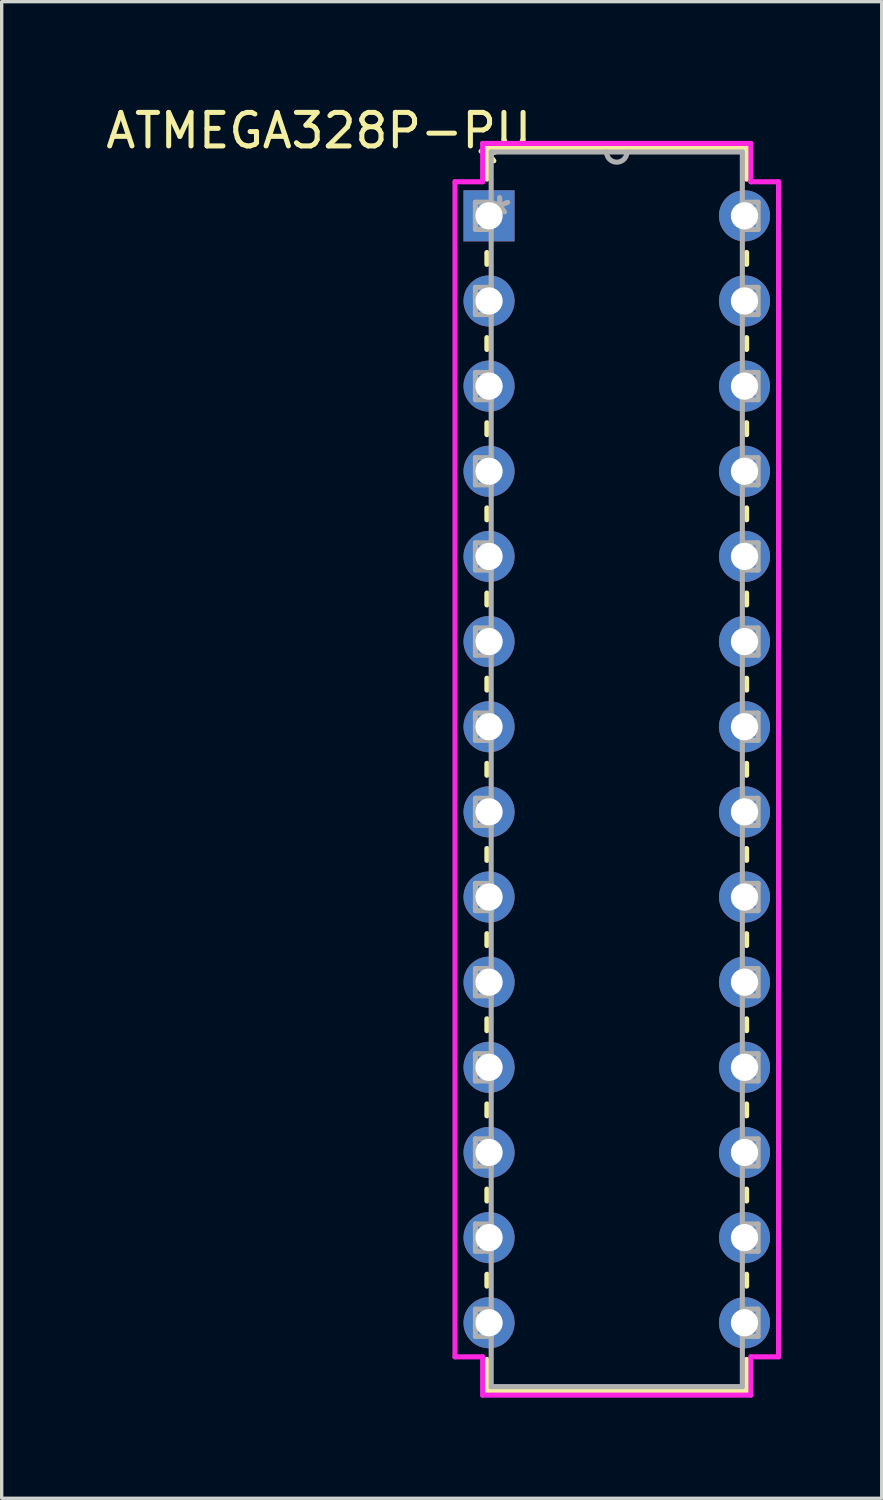
<source format=kicad_pcb>
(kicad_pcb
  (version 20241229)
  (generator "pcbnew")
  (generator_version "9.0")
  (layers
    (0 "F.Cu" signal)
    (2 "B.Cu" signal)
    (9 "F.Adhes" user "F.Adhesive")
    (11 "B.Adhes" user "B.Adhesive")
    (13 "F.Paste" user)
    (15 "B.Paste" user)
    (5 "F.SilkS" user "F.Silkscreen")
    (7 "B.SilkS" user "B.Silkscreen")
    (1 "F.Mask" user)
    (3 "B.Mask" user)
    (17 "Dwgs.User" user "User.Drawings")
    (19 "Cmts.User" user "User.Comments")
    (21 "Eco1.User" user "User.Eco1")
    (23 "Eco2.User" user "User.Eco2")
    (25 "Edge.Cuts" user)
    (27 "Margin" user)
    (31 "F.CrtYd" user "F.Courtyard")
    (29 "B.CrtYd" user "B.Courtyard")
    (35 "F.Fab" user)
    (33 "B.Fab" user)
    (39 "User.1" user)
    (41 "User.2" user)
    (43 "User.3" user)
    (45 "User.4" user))
  (footprint "ATMEGA328P-PU"
    (layer "F.Cu")
    (at 11.538 3.388)
    (property "Reference" "ATMEGA328P-PU" (at -5.08 -2.54 0) (layer "F.SilkS") (effects (font (size 1 1) (thickness 0.15))))
    (attr through_hole)
    (fp_line (start -0.064 -2.032) (end -0.064 -1.095) (stroke (width 0.152) (type solid)) (layer "F.SilkS"))
    (fp_line (start -0.064 1.095) (end -0.064 1.447) (stroke (width 0.152) (type solid)) (layer "F.SilkS"))
    (fp_line (start -0.064 3.633) (end -0.064 3.987) (stroke (width 0.152) (type solid)) (layer "F.SilkS"))
    (fp_line (start -0.064 6.173) (end -0.064 6.527) (stroke (width 0.152) (type solid)) (layer "F.SilkS"))
    (fp_line (start -0.064 8.713) (end -0.064 9.067) (stroke (width 0.152) (type solid)) (layer "F.SilkS"))
    (fp_line (start -0.064 11.253) (end -0.064 11.607) (stroke (width 0.152) (type solid)) (layer "F.SilkS"))
    (fp_line (start -0.064 13.793) (end -0.064 14.147) (stroke (width 0.152) (type solid)) (layer "F.SilkS"))
    (fp_line (start -0.064 16.333) (end -0.064 16.687) (stroke (width 0.152) (type solid)) (layer "F.SilkS"))
    (fp_line (start -0.064 18.873) (end -0.064 19.227) (stroke (width 0.152) (type solid)) (layer "F.SilkS"))
    (fp_line (start -0.064 21.413) (end -0.064 21.767) (stroke (width 0.152) (type solid)) (layer "F.SilkS"))
    (fp_line (start -0.064 23.953) (end -0.064 24.307) (stroke (width 0.152) (type solid)) (layer "F.SilkS"))
    (fp_line (start -0.064 26.493) (end -0.064 26.847) (stroke (width 0.152) (type solid)) (layer "F.SilkS"))
    (fp_line (start -0.064 29.033) (end -0.064 29.387) (stroke (width 0.152) (type solid)) (layer "F.SilkS"))
    (fp_line (start -0.064 31.573) (end -0.064 31.927) (stroke (width 0.152) (type solid)) (layer "F.SilkS"))
    (fp_line (start -0.064 34.113) (end -0.064 35.052) (stroke (width 0.152) (type solid)) (layer "F.SilkS"))
    (fp_line (start -0.064 35.052) (end 7.684 35.052) (stroke (width 0.152) (type solid)) (layer "F.SilkS"))
    (fp_line (start 7.684 -2.032) (end -0.064 -2.032) (stroke (width 0.152) (type solid)) (layer "F.SilkS"))
    (fp_line (start 7.684 -1.093) (end 7.684 -2.032) (stroke (width 0.152) (type solid)) (layer "F.SilkS"))
    (fp_line (start 7.684 1.447) (end 7.684 1.093) (stroke (width 0.152) (type solid)) (layer "F.SilkS"))
    (fp_line (start 7.684 3.987) (end 7.684 3.633) (stroke (width 0.152) (type solid)) (layer "F.SilkS"))
    (fp_line (start 7.684 6.527) (end 7.684 6.173) (stroke (width 0.152) (type solid)) (layer "F.SilkS"))
    (fp_line (start 7.684 9.067) (end 7.684 8.713) (stroke (width 0.152) (type solid)) (layer "F.SilkS"))
    (fp_line (start 7.684 11.607) (end 7.684 11.253) (stroke (width 0.152) (type solid)) (layer "F.SilkS"))
    (fp_line (start 7.684 14.147) (end 7.684 13.793) (stroke (width 0.152) (type solid)) (layer "F.SilkS"))
    (fp_line (start 7.684 16.687) (end 7.684 16.333) (stroke (width 0.152) (type solid)) (layer "F.SilkS"))
    (fp_line (start 7.684 19.227) (end 7.684 18.873) (stroke (width 0.152) (type solid)) (layer "F.SilkS"))
    (fp_line (start 7.684 21.767) (end 7.684 21.413) (stroke (width 0.152) (type solid)) (layer "F.SilkS"))
    (fp_line (start 7.684 24.307) (end 7.684 23.953) (stroke (width 0.152) (type solid)) (layer "F.SilkS"))
    (fp_line (start 7.684 26.847) (end 7.684 26.493) (stroke (width 0.152) (type solid)) (layer "F.SilkS"))
    (fp_line (start 7.684 29.387) (end 7.684 29.033) (stroke (width 0.152) (type solid)) (layer "F.SilkS"))
    (fp_line (start 7.684 31.927) (end 7.684 31.573) (stroke (width 0.152) (type solid)) (layer "F.SilkS"))
    (fp_line (start 7.684 35.052) (end 7.684 34.113) (stroke (width 0.152) (type solid)) (layer "F.SilkS"))
    (fp_line (start -1.016 -1.016) (end -0.191 -1.016) (stroke (width 0.152) (type solid)) (layer "F.CrtYd"))
    (fp_line (start -1.016 34.036) (end -1.016 -1.016) (stroke (width 0.152) (type solid)) (layer "F.CrtYd"))
    (fp_line (start -0.191 -2.159) (end 7.811 -2.159) (stroke (width 0.152) (type solid)) (layer "F.CrtYd"))
    (fp_line (start -0.191 -1.016) (end -0.191 -2.159) (stroke (width 0.152) (type solid)) (layer "F.CrtYd"))
    (fp_line (start -0.191 34.036) (end -1.016 34.036) (stroke (width 0.152) (type solid)) (layer "F.CrtYd"))
    (fp_line (start -0.191 35.179) (end -0.191 34.036) (stroke (width 0.152) (type solid)) (layer "F.CrtYd"))
    (fp_line (start 7.811 -2.159) (end 7.811 -1.016) (stroke (width 0.152) (type solid)) (layer "F.CrtYd"))
    (fp_line (start 7.811 34.036) (end 7.811 35.179) (stroke (width 0.152) (type solid)) (layer "F.CrtYd"))
    (fp_line (start 7.811 35.179) (end -0.191 35.179) (stroke (width 0.152) (type solid)) (layer "F.CrtYd"))
    (fp_line (start 8.636 -1.016) (end 7.811 -1.016) (stroke (width 0.152) (type solid)) (layer "F.CrtYd"))
    (fp_line (start 8.636 -1.016) (end 8.636 34.036) (stroke (width 0.152) (type solid)) (layer "F.CrtYd"))
    (fp_line (start 8.636 34.036) (end 7.811 34.036) (stroke (width 0.152) (type solid)) (layer "F.CrtYd"))
    (fp_line (start -0.406 -0.406) (end -0.406 0.406) (stroke (width 0.152) (type solid)) (layer "F.Fab"))
    (fp_line (start -0.406 0.406) (end 0.064 0.406) (stroke (width 0.152) (type solid)) (layer "F.Fab"))
    (fp_line (start -0.406 2.134) (end -0.406 2.946) (stroke (width 0.152) (type solid)) (layer "F.Fab"))
    (fp_line (start -0.406 2.946) (end 0.064 2.946) (stroke (width 0.152) (type solid)) (layer "F.Fab"))
    (fp_line (start -0.406 4.674) (end -0.406 5.486) (stroke (width 0.152) (type solid)) (layer "F.Fab"))
    (fp_line (start -0.406 5.486) (end 0.064 5.486) (stroke (width 0.152) (type solid)) (layer "F.Fab"))
    (fp_line (start -0.406 7.214) (end -0.406 8.026) (stroke (width 0.152) (type solid)) (layer "F.Fab"))
    (fp_line (start -0.406 8.026) (end 0.064 8.026) (stroke (width 0.152) (type solid)) (layer "F.Fab"))
    (fp_line (start -0.406 9.754) (end -0.406 10.566) (stroke (width 0.152) (type solid)) (layer "F.Fab"))
    (fp_line (start -0.406 10.566) (end 0.064 10.566) (stroke (width 0.152) (type solid)) (layer "F.Fab"))
    (fp_line (start -0.406 12.294) (end -0.406 13.106) (stroke (width 0.152) (type solid)) (layer "F.Fab"))
    (fp_line (start -0.406 13.106) (end 0.064 13.106) (stroke (width 0.152) (type solid)) (layer "F.Fab"))
    (fp_line (start -0.406 14.834) (end -0.406 15.646) (stroke (width 0.152) (type solid)) (layer "F.Fab"))
    (fp_line (start -0.406 15.646) (end 0.064 15.646) (stroke (width 0.152) (type solid)) (layer "F.Fab"))
    (fp_line (start -0.406 17.374) (end -0.406 18.186) (stroke (width 0.152) (type solid)) (layer "F.Fab"))
    (fp_line (start -0.406 18.186) (end 0.064 18.186) (stroke (width 0.152) (type solid)) (layer "F.Fab"))
    (fp_line (start -0.406 19.914) (end -0.406 20.726) (stroke (width 0.152) (type solid)) (layer "F.Fab"))
    (fp_line (start -0.406 20.726) (end 0.064 20.726) (stroke (width 0.152) (type solid)) (layer "F.Fab"))
    (fp_line (start -0.406 22.454) (end -0.406 23.266) (stroke (width 0.152) (type solid)) (layer "F.Fab"))
    (fp_line (start -0.406 23.266) (end 0.064 23.266) (stroke (width 0.152) (type solid)) (layer "F.Fab"))
    (fp_line (start -0.406 24.994) (end -0.406 25.806) (stroke (width 0.152) (type solid)) (layer "F.Fab"))
    (fp_line (start -0.406 25.806) (end 0.064 25.806) (stroke (width 0.152) (type solid)) (layer "F.Fab"))
    (fp_line (start -0.406 27.534) (end -0.406 28.346) (stroke (width 0.152) (type solid)) (layer "F.Fab"))
    (fp_line (start -0.406 28.346) (end 0.064 28.346) (stroke (width 0.152) (type solid)) (layer "F.Fab"))
    (fp_line (start -0.406 30.074) (end -0.406 30.886) (stroke (width 0.152) (type solid)) (layer "F.Fab"))
    (fp_line (start -0.406 30.886) (end 0.064 30.886) (stroke (width 0.152) (type solid)) (layer "F.Fab"))
    (fp_line (start -0.406 32.614) (end -0.406 33.426) (stroke (width 0.152) (type solid)) (layer "F.Fab"))
    (fp_line (start -0.406 33.426) (end 0.064 33.426) (stroke (width 0.152) (type solid)) (layer "F.Fab"))
    (fp_line (start 0.064 -1.905) (end 0.064 34.925) (stroke (width 0.152) (type solid)) (layer "F.Fab"))
    (fp_line (start 0.064 -0.406) (end -0.406 -0.406) (stroke (width 0.152) (type solid)) (layer "F.Fab"))
    (fp_line (start 0.064 0.406) (end 0.064 -0.406) (stroke (width 0.152) (type solid)) (layer "F.Fab"))
    (fp_line (start 0.064 2.134) (end -0.406 2.134) (stroke (width 0.152) (type solid)) (layer "F.Fab"))
    (fp_line (start 0.064 2.946) (end 0.064 2.134) (stroke (width 0.152) (type solid)) (layer "F.Fab"))
    (fp_line (start 0.064 4.674) (end -0.406 4.674) (stroke (width 0.152) (type solid)) (layer "F.Fab"))
    (fp_line (start 0.064 5.486) (end 0.064 4.674) (stroke (width 0.152) (type solid)) (layer "F.Fab"))
    (fp_line (start 0.064 7.214) (end -0.406 7.214) (stroke (width 0.152) (type solid)) (layer "F.Fab"))
    (fp_line (start 0.064 8.026) (end 0.064 7.214) (stroke (width 0.152) (type solid)) (layer "F.Fab"))
    (fp_line (start 0.064 9.754) (end -0.406 9.754) (stroke (width 0.152) (type solid)) (layer "F.Fab"))
    (fp_line (start 0.064 10.566) (end 0.064 9.754) (stroke (width 0.152) (type solid)) (layer "F.Fab"))
    (fp_line (start 0.064 12.294) (end -0.406 12.294) (stroke (width 0.152) (type solid)) (layer "F.Fab"))
    (fp_line (start 0.064 13.106) (end 0.064 12.294) (stroke (width 0.152) (type solid)) (layer "F.Fab"))
    (fp_line (start 0.064 14.834) (end -0.406 14.834) (stroke (width 0.152) (type solid)) (layer "F.Fab"))
    (fp_line (start 0.064 15.646) (end 0.064 14.834) (stroke (width 0.152) (type solid)) (layer "F.Fab"))
    (fp_line (start 0.064 17.374) (end -0.406 17.374) (stroke (width 0.152) (type solid)) (layer "F.Fab"))
    (fp_line (start 0.064 18.186) (end 0.064 17.374) (stroke (width 0.152) (type solid)) (layer "F.Fab"))
    (fp_line (start 0.064 19.914) (end -0.406 19.914) (stroke (width 0.152) (type solid)) (layer "F.Fab"))
    (fp_line (start 0.064 20.726) (end 0.064 19.914) (stroke (width 0.152) (type solid)) (layer "F.Fab"))
    (fp_line (start 0.064 22.454) (end -0.406 22.454) (stroke (width 0.152) (type solid)) (layer "F.Fab"))
    (fp_line (start 0.064 23.266) (end 0.064 22.454) (stroke (width 0.152) (type solid)) (layer "F.Fab"))
    (fp_line (start 0.064 24.994) (end -0.406 24.994) (stroke (width 0.152) (type solid)) (layer "F.Fab"))
    (fp_line (start 0.064 25.806) (end 0.064 24.994) (stroke (width 0.152) (type solid)) (layer "F.Fab"))
    (fp_line (start 0.064 27.534) (end -0.406 27.534) (stroke (width 0.152) (type solid)) (layer "F.Fab"))
    (fp_line (start 0.064 28.346) (end 0.064 27.534) (stroke (width 0.152) (type solid)) (layer "F.Fab"))
    (fp_line (start 0.064 30.074) (end -0.406 30.074) (stroke (width 0.152) (type solid)) (layer "F.Fab"))
    (fp_line (start 0.064 30.886) (end 0.064 30.074) (stroke (width 0.152) (type solid)) (layer "F.Fab"))
    (fp_line (start 0.064 32.614) (end -0.406 32.614) (stroke (width 0.152) (type solid)) (layer "F.Fab"))
    (fp_line (start 0.064 33.426) (end 0.064 32.614) (stroke (width 0.152) (type solid)) (layer "F.Fab"))
    (fp_line (start 0.064 34.925) (end 7.556 34.925) (stroke (width 0.152) (type solid)) (layer "F.Fab"))
    (fp_line (start 7.556 -1.905) (end 0.064 -1.905) (stroke (width 0.152) (type solid)) (layer "F.Fab"))
    (fp_line (start 7.556 -0.406) (end 7.556 0.406) (stroke (width 0.152) (type solid)) (layer "F.Fab"))
    (fp_line (start 7.556 0.406) (end 8.026 0.406) (stroke (width 0.152) (type solid)) (layer "F.Fab"))
    (fp_line (start 7.556 2.134) (end 7.556 2.946) (stroke (width 0.152) (type solid)) (layer "F.Fab"))
    (fp_line (start 7.556 2.946) (end 8.026 2.946) (stroke (width 0.152) (type solid)) (layer "F.Fab"))
    (fp_line (start 7.556 4.674) (end 7.556 5.486) (stroke (width 0.152) (type solid)) (layer "F.Fab"))
    (fp_line (start 7.556 5.486) (end 8.026 5.486) (stroke (width 0.152) (type solid)) (layer "F.Fab"))
    (fp_line (start 7.556 7.214) (end 7.556 8.026) (stroke (width 0.152) (type solid)) (layer "F.Fab"))
    (fp_line (start 7.556 8.026) (end 8.026 8.026) (stroke (width 0.152) (type solid)) (layer "F.Fab"))
    (fp_line (start 7.556 9.754) (end 7.556 10.566) (stroke (width 0.152) (type solid)) (layer "F.Fab"))
    (fp_line (start 7.556 10.566) (end 8.026 10.566) (stroke (width 0.152) (type solid)) (layer "F.Fab"))
    (fp_line (start 7.556 12.294) (end 7.556 13.106) (stroke (width 0.152) (type solid)) (layer "F.Fab"))
    (fp_line (start 7.556 13.106) (end 8.026 13.106) (stroke (width 0.152) (type solid)) (layer "F.Fab"))
    (fp_line (start 7.556 14.834) (end 7.556 15.646) (stroke (width 0.152) (type solid)) (layer "F.Fab"))
    (fp_line (start 7.556 15.646) (end 8.026 15.646) (stroke (width 0.152) (type solid)) (layer "F.Fab"))
    (fp_line (start 7.556 17.374) (end 7.556 18.186) (stroke (width 0.152) (type solid)) (layer "F.Fab"))
    (fp_line (start 7.556 18.186) (end 8.026 18.186) (stroke (width 0.152) (type solid)) (layer "F.Fab"))
    (fp_line (start 7.556 19.914) (end 7.556 20.726) (stroke (width 0.152) (type solid)) (layer "F.Fab"))
    (fp_line (start 7.556 20.726) (end 8.026 20.726) (stroke (width 0.152) (type solid)) (layer "F.Fab"))
    (fp_line (start 7.556 22.454) (end 7.556 23.266) (stroke (width 0.152) (type solid)) (layer "F.Fab"))
    (fp_line (start 7.556 23.266) (end 8.026 23.266) (stroke (width 0.152) (type solid)) (layer "F.Fab"))
    (fp_line (start 7.556 24.994) (end 7.556 25.806) (stroke (width 0.152) (type solid)) (layer "F.Fab"))
    (fp_line (start 7.556 25.806) (end 8.026 25.806) (stroke (width 0.152) (type solid)) (layer "F.Fab"))
    (fp_line (start 7.556 27.534) (end 7.556 28.346) (stroke (width 0.152) (type solid)) (layer "F.Fab"))
    (fp_line (start 7.556 28.346) (end 8.026 28.346) (stroke (width 0.152) (type solid)) (layer "F.Fab"))
    (fp_line (start 7.556 30.074) (end 7.556 30.886) (stroke (width 0.152) (type solid)) (layer "F.Fab"))
    (fp_line (start 7.556 30.886) (end 8.026 30.886) (stroke (width 0.152) (type solid)) (layer "F.Fab"))
    (fp_line (start 7.556 32.614) (end 7.556 33.426) (stroke (width 0.152) (type solid)) (layer "F.Fab"))
    (fp_line (start 7.556 33.426) (end 8.026 33.426) (stroke (width 0.152) (type solid)) (layer "F.Fab"))
    (fp_line (start 7.556 34.925) (end 7.556 -1.905) (stroke (width 0.152) (type solid)) (layer "F.Fab"))
    (fp_line (start 8.026 -0.406) (end 7.556 -0.406) (stroke (width 0.152) (type solid)) (layer "F.Fab"))
    (fp_line (start 8.026 0.406) (end 8.026 -0.406) (stroke (width 0.152) (type solid)) (layer "F.Fab"))
    (fp_line (start 8.026 2.134) (end 7.556 2.134) (stroke (width 0.152) (type solid)) (layer "F.Fab"))
    (fp_line (start 8.026 2.946) (end 8.026 2.134) (stroke (width 0.152) (type solid)) (layer "F.Fab"))
    (fp_line (start 8.026 4.674) (end 7.556 4.674) (stroke (width 0.152) (type solid)) (layer "F.Fab"))
    (fp_line (start 8.026 5.486) (end 8.026 4.674) (stroke (width 0.152) (type solid)) (layer "F.Fab"))
    (fp_line (start 8.026 7.214) (end 7.556 7.214) (stroke (width 0.152) (type solid)) (layer "F.Fab"))
    (fp_line (start 8.026 8.026) (end 8.026 7.214) (stroke (width 0.152) (type solid)) (layer "F.Fab"))
    (fp_line (start 8.026 9.754) (end 7.556 9.754) (stroke (width 0.152) (type solid)) (layer "F.Fab"))
    (fp_line (start 8.026 10.566) (end 8.026 9.754) (stroke (width 0.152) (type solid)) (layer "F.Fab"))
    (fp_line (start 8.026 12.294) (end 7.556 12.294) (stroke (width 0.152) (type solid)) (layer "F.Fab"))
    (fp_line (start 8.026 13.106) (end 8.026 12.294) (stroke (width 0.152) (type solid)) (layer "F.Fab"))
    (fp_line (start 8.026 14.834) (end 7.556 14.834) (stroke (width 0.152) (type solid)) (layer "F.Fab"))
    (fp_line (start 8.026 15.646) (end 8.026 14.834) (stroke (width 0.152) (type solid)) (layer "F.Fab"))
    (fp_line (start 8.026 17.374) (end 7.556 17.374) (stroke (width 0.152) (type solid)) (layer "F.Fab"))
    (fp_line (start 8.026 18.186) (end 8.026 17.374) (stroke (width 0.152) (type solid)) (layer "F.Fab"))
    (fp_line (start 8.026 19.914) (end 7.556 19.914) (stroke (width 0.152) (type solid)) (layer "F.Fab"))
    (fp_line (start 8.026 20.726) (end 8.026 19.914) (stroke (width 0.152) (type solid)) (layer "F.Fab"))
    (fp_line (start 8.026 22.454) (end 7.556 22.454) (stroke (width 0.152) (type solid)) (layer "F.Fab"))
    (fp_line (start 8.026 23.266) (end 8.026 22.454) (stroke (width 0.152) (type solid)) (layer "F.Fab"))
    (fp_line (start 8.026 24.994) (end 7.556 24.994) (stroke (width 0.152) (type solid)) (layer "F.Fab"))
    (fp_line (start 8.026 25.806) (end 8.026 24.994) (stroke (width 0.152) (type solid)) (layer "F.Fab"))
    (fp_line (start 8.026 27.534) (end 7.556 27.534) (stroke (width 0.152) (type solid)) (layer "F.Fab"))
    (fp_line (start 8.026 28.346) (end 8.026 27.534) (stroke (width 0.152) (type solid)) (layer "F.Fab"))
    (fp_line (start 8.026 30.074) (end 7.556 30.074) (stroke (width 0.152) (type solid)) (layer "F.Fab"))
    (fp_line (start 8.026 30.886) (end 8.026 30.074) (stroke (width 0.152) (type solid)) (layer "F.Fab"))
    (fp_line (start 8.026 32.614) (end 7.556 32.614) (stroke (width 0.152) (type solid)) (layer "F.Fab"))
    (fp_line (start 8.026 33.426) (end 8.026 32.614) (stroke (width 0.152) (type solid)) (layer "F.Fab"))
    (fp_arc (start 4.1148 -1.905) (mid 3.81 -1.6002) (end 3.5052 -1.905) (stroke (width 0.1524) (type solid)) (layer "F.Fab"))
    (fp_text user "*" (at 0 -1.524 0) (layer "F.SilkS") (effects (font (size 1 1) (thickness 0.15))))
    (fp_text user "*" (at 0.318 0 0) (layer "F.Fab") (effects (font (size 1 1) (thickness 0.15))))
    (pad "1" thru_hole rect (at 0 0) (size 1.524 1.524) (drill 0.813) (layers "*.Cu" "*.Mask"))
    (pad "2" thru_hole circle (at 0 2.54) (size 1.524 1.524) (drill 0.813) (layers "*.Cu" "*.Mask"))
    (pad "3" thru_hole circle (at 0 5.08) (size 1.524 1.524) (drill 0.813) (layers "*.Cu" "*.Mask"))
    (pad "4" thru_hole circle (at 0 7.62) (size 1.524 1.524) (drill 0.813) (layers "*.Cu" "*.Mask"))
    (pad "5" thru_hole circle (at 0 10.16) (size 1.524 1.524) (drill 0.813) (layers "*.Cu" "*.Mask"))
    (pad "6" thru_hole circle (at 0 12.7) (size 1.524 1.524) (drill 0.813) (layers "*.Cu" "*.Mask"))
    (pad "7" thru_hole circle (at 0 15.24) (size 1.524 1.524) (drill 0.813) (layers "*.Cu" "*.Mask"))
    (pad "8" thru_hole circle (at 0 17.78) (size 1.524 1.524) (drill 0.813) (layers "*.Cu" "*.Mask"))
    (pad "9" thru_hole circle (at 0 20.32) (size 1.524 1.524) (drill 0.813) (layers "*.Cu" "*.Mask"))
    (pad "10" thru_hole circle (at 0 22.86) (size 1.524 1.524) (drill 0.813) (layers "*.Cu" "*.Mask"))
    (pad "11" thru_hole circle (at 0 25.4) (size 1.524 1.524) (drill 0.813) (layers "*.Cu" "*.Mask"))
    (pad "12" thru_hole circle (at 0 27.94) (size 1.524 1.524) (drill 0.813) (layers "*.Cu" "*.Mask"))
    (pad "13" thru_hole circle (at 0 30.48) (size 1.524 1.524) (drill 0.813) (layers "*.Cu" "*.Mask"))
    (pad "14" thru_hole circle (at 0 33.02) (size 1.524 1.524) (drill 0.813) (layers "*.Cu" "*.Mask"))
    (pad "15" thru_hole circle (at 7.62 33.02) (size 1.524 1.524) (drill 0.813) (layers "*.Cu" "*.Mask"))
    (pad "16" thru_hole circle (at 7.62 30.48) (size 1.524 1.524) (drill 0.813) (layers "*.Cu" "*.Mask"))
    (pad "17" thru_hole circle (at 7.62 27.94) (size 1.524 1.524) (drill 0.813) (layers "*.Cu" "*.Mask"))
    (pad "18" thru_hole circle (at 7.62 25.4) (size 1.524 1.524) (drill 0.813) (layers "*.Cu" "*.Mask"))
    (pad "19" thru_hole circle (at 7.62 22.86) (size 1.524 1.524) (drill 0.813) (layers "*.Cu" "*.Mask"))
    (pad "20" thru_hole circle (at 7.62 20.32) (size 1.524 1.524) (drill 0.813) (layers "*.Cu" "*.Mask"))
    (pad "21" thru_hole circle (at 7.62 17.78) (size 1.524 1.524) (drill 0.813) (layers "*.Cu" "*.Mask"))
    (pad "22" thru_hole circle (at 7.62 15.24) (size 1.524 1.524) (drill 0.813) (layers "*.Cu" "*.Mask"))
    (pad "23" thru_hole circle (at 7.62 12.7) (size 1.524 1.524) (drill 0.813) (layers "*.Cu" "*.Mask"))
    (pad "24" thru_hole circle (at 7.62 10.16) (size 1.524 1.524) (drill 0.813) (layers "*.Cu" "*.Mask"))
    (pad "25" thru_hole circle (at 7.62 7.62) (size 1.524 1.524) (drill 0.813) (layers "*.Cu" "*.Mask"))
    (pad "26" thru_hole circle (at 7.62 5.08) (size 1.524 1.524) (drill 0.813) (layers "*.Cu" "*.Mask"))
    (pad "27" thru_hole circle (at 7.62 2.54) (size 1.524 1.524) (drill 0.813) (layers "*.Cu" "*.Mask"))
    (pad "28" thru_hole circle (at 7.62 0) (size 1.524 1.524) (drill 0.813) (layers "*.Cu" "*.Mask")))
  (gr_rect
    (start -3 -3)
    (end 23.251 41.643)
    (stroke (width 0.1) (type default))
    (fill no)
    (layer "Edge.Cuts")))
</source>
